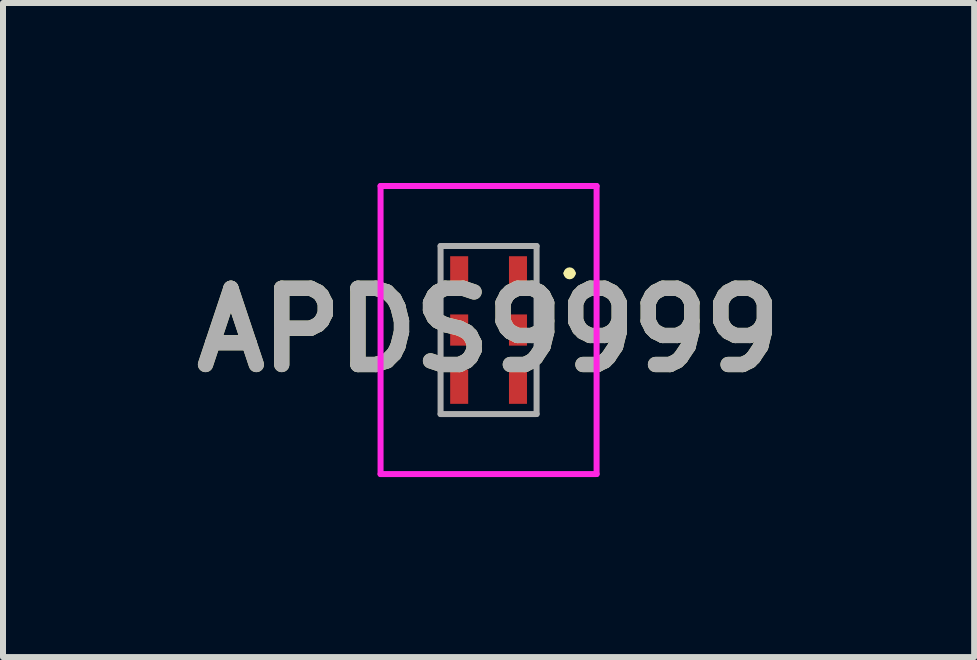
<source format=kicad_pcb>
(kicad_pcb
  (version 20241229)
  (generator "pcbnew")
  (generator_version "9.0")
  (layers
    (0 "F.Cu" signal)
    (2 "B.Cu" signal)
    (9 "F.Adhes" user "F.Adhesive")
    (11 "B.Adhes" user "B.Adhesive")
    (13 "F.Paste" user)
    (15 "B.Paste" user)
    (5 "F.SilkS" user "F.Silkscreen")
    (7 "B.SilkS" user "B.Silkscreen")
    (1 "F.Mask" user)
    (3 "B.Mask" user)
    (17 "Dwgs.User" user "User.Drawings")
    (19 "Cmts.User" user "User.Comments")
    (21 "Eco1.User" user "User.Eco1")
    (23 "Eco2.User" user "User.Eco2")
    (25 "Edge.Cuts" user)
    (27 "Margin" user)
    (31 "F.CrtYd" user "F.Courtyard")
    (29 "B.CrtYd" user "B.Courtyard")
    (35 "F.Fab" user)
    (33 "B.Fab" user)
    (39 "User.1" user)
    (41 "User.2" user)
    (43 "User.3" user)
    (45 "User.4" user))
  (footprint "APDS9999"
    (layer "F.Cu")
    (at 5.092 2.45)
    (property "Reference" "APDS9999" (at 0 0 0) (layer "F.SilkS") (effects (font (size 1.27 1.27) (thickness 0.254))))
    (attr smd)
    (fp_line (start 1.3 -0.945) (end 1.3 -0.945) (stroke (width 0.1) (type solid)) (layer "F.SilkS"))
    (fp_line (start 1.4 -0.945) (end 1.4 -0.945) (stroke (width 0.1) (type solid)) (layer "F.SilkS"))
    (fp_arc (start 1.3 -0.945) (mid 1.35 -0.995) (end 1.4 -0.945) (stroke (width 0.1) (type solid)) (layer "F.SilkS"))
    (fp_arc (start 1.4 -0.945) (mid 1.35 -0.895) (end 1.3 -0.945) (stroke (width 0.1) (type solid)) (layer "F.SilkS"))
    (fp_line (start -1.8 -2.4) (end 1.8 -2.4) (stroke (width 0.1) (type solid)) (layer "F.CrtYd"))
    (fp_line (start -1.8 2.4) (end -1.8 -2.4) (stroke (width 0.1) (type solid)) (layer "F.CrtYd"))
    (fp_line (start 1.8 -2.4) (end 1.8 2.4) (stroke (width 0.1) (type solid)) (layer "F.CrtYd"))
    (fp_line (start 1.8 2.4) (end -1.8 2.4) (stroke (width 0.1) (type solid)) (layer "F.CrtYd"))
    (fp_line (start -0.8 -1.4) (end 0.8 -1.4) (stroke (width 0.1) (type solid)) (layer "F.Fab"))
    (fp_line (start -0.8 1.4) (end -0.8 -1.4) (stroke (width 0.1) (type solid)) (layer "F.Fab"))
    (fp_line (start 0.8 -1.4) (end 0.8 1.4) (stroke (width 0.1) (type solid)) (layer "F.Fab"))
    (fp_line (start 0.8 1.4) (end -0.8 1.4) (stroke (width 0.1) (type solid)) (layer "F.Fab"))
    (fp_text user "${REFERENCE}" (at 0 0 0) (layer "F.Fab") (effects (font (size 1.27 1.27) (thickness 0.254))))
    (pad "1" smd rect (at 0.49 -0.945) (size 0.3 0.57) (layers "F.Cu" "F.Mask" "F.Paste"))
    (pad "2" smd rect (at 0.49 0) (size 0.3 0.52) (layers "F.Cu" "F.Mask" "F.Paste"))
    (pad "3" smd rect (at 0.49 0.945) (size 0.3 0.57) (layers "F.Cu" "F.Mask" "F.Paste"))
    (pad "4" smd rect (at -0.49 0.945) (size 0.3 0.57) (layers "F.Cu" "F.Mask" "F.Paste"))
    (pad "5" smd rect (at -0.49 0) (size 0.3 0.52) (layers "F.Cu" "F.Mask" "F.Paste"))
    (pad "6" smd rect (at -0.49 -0.945) (size 0.3 0.57) (layers "F.Cu" "F.Mask" "F.Paste")))
  (gr_rect
    (start -3 -3)
    (end 13.184 7.9)
    (stroke (width 0.1) (type default))
    (fill no)
    (layer "Edge.Cuts")))
</source>
